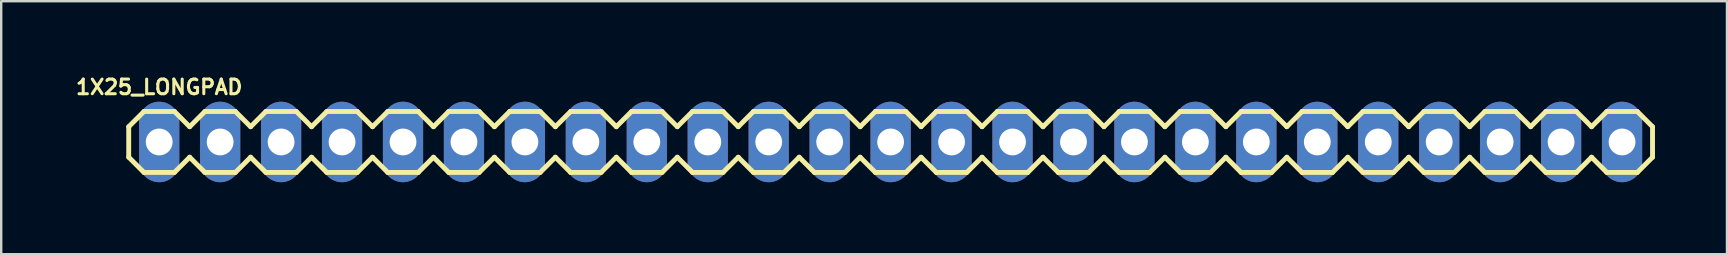
<source format=kicad_pcb>
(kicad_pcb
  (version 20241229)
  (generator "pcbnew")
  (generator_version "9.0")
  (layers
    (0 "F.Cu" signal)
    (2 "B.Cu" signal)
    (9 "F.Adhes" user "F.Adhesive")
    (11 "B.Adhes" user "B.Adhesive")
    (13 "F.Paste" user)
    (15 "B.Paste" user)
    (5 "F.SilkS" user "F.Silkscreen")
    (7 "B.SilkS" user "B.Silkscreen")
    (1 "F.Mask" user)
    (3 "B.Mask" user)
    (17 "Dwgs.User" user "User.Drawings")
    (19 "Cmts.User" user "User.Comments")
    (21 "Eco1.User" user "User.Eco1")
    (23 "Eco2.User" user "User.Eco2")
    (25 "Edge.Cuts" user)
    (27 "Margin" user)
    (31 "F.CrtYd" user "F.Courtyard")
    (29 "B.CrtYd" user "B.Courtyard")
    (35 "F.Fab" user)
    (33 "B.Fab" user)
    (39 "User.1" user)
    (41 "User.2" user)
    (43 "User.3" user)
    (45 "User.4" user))
  (footprint "1X25_LONGPAD"
    (layer "F.Cu")
    (at 3.584 2.866)
    (property "Reference" "1X25_LONGPAD" (at 0 -2.286 0) (layer "F.SilkS") (effects (font (size 0.61 0.61) (thickness 0.127))))
    (attr exclude_from_pos_files exclude_from_bom)
    (fp_line (start -1.27 -0.635) (end -1.27 0.635) (stroke (width 0.203) (type solid)) (layer "F.SilkS"))
    (fp_line (start -1.27 0.635) (end -0.635 1.27) (stroke (width 0.203) (type solid)) (layer "F.SilkS"))
    (fp_line (start -0.635 -1.27) (end -1.27 -0.635) (stroke (width 0.203) (type solid)) (layer "F.SilkS"))
    (fp_line (start -0.635 -1.27) (end 0.635 -1.27) (stroke (width 0.203) (type solid)) (layer "F.SilkS"))
    (fp_line (start 0.635 -1.27) (end 1.27 -0.635) (stroke (width 0.203) (type solid)) (layer "F.SilkS"))
    (fp_line (start 0.635 1.27) (end -0.635 1.27) (stroke (width 0.203) (type solid)) (layer "F.SilkS"))
    (fp_line (start 1.27 -0.635) (end 1.905 -1.27) (stroke (width 0.203) (type solid)) (layer "F.SilkS"))
    (fp_line (start 1.27 0.635) (end 0.635 1.27) (stroke (width 0.203) (type solid)) (layer "F.SilkS"))
    (fp_line (start 1.905 -1.27) (end 3.175 -1.27) (stroke (width 0.203) (type solid)) (layer "F.SilkS"))
    (fp_line (start 1.905 1.27) (end 1.27 0.635) (stroke (width 0.203) (type solid)) (layer "F.SilkS"))
    (fp_line (start 3.175 -1.27) (end 3.81 -0.635) (stroke (width 0.203) (type solid)) (layer "F.SilkS"))
    (fp_line (start 3.175 1.27) (end 1.905 1.27) (stroke (width 0.203) (type solid)) (layer "F.SilkS"))
    (fp_line (start 3.81 -0.635) (end 4.445 -1.27) (stroke (width 0.203) (type solid)) (layer "F.SilkS"))
    (fp_line (start 3.81 0.635) (end 3.175 1.27) (stroke (width 0.203) (type solid)) (layer "F.SilkS"))
    (fp_line (start 4.445 -1.27) (end 5.715 -1.27) (stroke (width 0.203) (type solid)) (layer "F.SilkS"))
    (fp_line (start 4.445 1.27) (end 3.81 0.635) (stroke (width 0.203) (type solid)) (layer "F.SilkS"))
    (fp_line (start 5.715 -1.27) (end 6.35 -0.635) (stroke (width 0.203) (type solid)) (layer "F.SilkS"))
    (fp_line (start 5.715 1.27) (end 4.445 1.27) (stroke (width 0.203) (type solid)) (layer "F.SilkS"))
    (fp_line (start 6.35 0.635) (end 5.715 1.27) (stroke (width 0.203) (type solid)) (layer "F.SilkS"))
    (fp_line (start 6.35 0.635) (end 6.985 1.27) (stroke (width 0.203) (type solid)) (layer "F.SilkS"))
    (fp_line (start 6.985 -1.27) (end 6.35 -0.635) (stroke (width 0.203) (type solid)) (layer "F.SilkS"))
    (fp_line (start 6.985 -1.27) (end 8.255 -1.27) (stroke (width 0.203) (type solid)) (layer "F.SilkS"))
    (fp_line (start 8.255 -1.27) (end 8.89 -0.635) (stroke (width 0.203) (type solid)) (layer "F.SilkS"))
    (fp_line (start 8.255 1.27) (end 6.985 1.27) (stroke (width 0.203) (type solid)) (layer "F.SilkS"))
    (fp_line (start 8.89 -0.635) (end 9.525 -1.27) (stroke (width 0.203) (type solid)) (layer "F.SilkS"))
    (fp_line (start 8.89 0.635) (end 8.255 1.27) (stroke (width 0.203) (type solid)) (layer "F.SilkS"))
    (fp_line (start 9.525 -1.27) (end 10.795 -1.27) (stroke (width 0.203) (type solid)) (layer "F.SilkS"))
    (fp_line (start 9.525 1.27) (end 8.89 0.635) (stroke (width 0.203) (type solid)) (layer "F.SilkS"))
    (fp_line (start 10.795 -1.27) (end 11.43 -0.635) (stroke (width 0.203) (type solid)) (layer "F.SilkS"))
    (fp_line (start 10.795 1.27) (end 9.525 1.27) (stroke (width 0.203) (type solid)) (layer "F.SilkS"))
    (fp_line (start 11.43 -0.635) (end 12.065 -1.27) (stroke (width 0.203) (type solid)) (layer "F.SilkS"))
    (fp_line (start 11.43 0.635) (end 10.795 1.27) (stroke (width 0.203) (type solid)) (layer "F.SilkS"))
    (fp_line (start 12.065 -1.27) (end 13.335 -1.27) (stroke (width 0.203) (type solid)) (layer "F.SilkS"))
    (fp_line (start 12.065 1.27) (end 11.43 0.635) (stroke (width 0.203) (type solid)) (layer "F.SilkS"))
    (fp_line (start 13.335 -1.27) (end 13.97 -0.635) (stroke (width 0.203) (type solid)) (layer "F.SilkS"))
    (fp_line (start 13.335 1.27) (end 12.065 1.27) (stroke (width 0.203) (type solid)) (layer "F.SilkS"))
    (fp_line (start 13.97 0.635) (end 13.335 1.27) (stroke (width 0.203) (type solid)) (layer "F.SilkS"))
    (fp_line (start 13.97 0.635) (end 14.605 1.27) (stroke (width 0.203) (type solid)) (layer "F.SilkS"))
    (fp_line (start 14.605 -1.27) (end 13.97 -0.635) (stroke (width 0.203) (type solid)) (layer "F.SilkS"))
    (fp_line (start 14.605 -1.27) (end 15.875 -1.27) (stroke (width 0.203) (type solid)) (layer "F.SilkS"))
    (fp_line (start 15.875 -1.27) (end 16.51 -0.635) (stroke (width 0.203) (type solid)) (layer "F.SilkS"))
    (fp_line (start 15.875 1.27) (end 14.605 1.27) (stroke (width 0.203) (type solid)) (layer "F.SilkS"))
    (fp_line (start 16.51 0.635) (end 15.875 1.27) (stroke (width 0.203) (type solid)) (layer "F.SilkS"))
    (fp_line (start 16.51 0.635) (end 17.145 1.27) (stroke (width 0.203) (type solid)) (layer "F.SilkS"))
    (fp_line (start 17.145 -1.27) (end 16.51 -0.635) (stroke (width 0.203) (type solid)) (layer "F.SilkS"))
    (fp_line (start 17.145 -1.27) (end 18.415 -1.27) (stroke (width 0.203) (type solid)) (layer "F.SilkS"))
    (fp_line (start 18.415 -1.27) (end 19.05 -0.635) (stroke (width 0.203) (type solid)) (layer "F.SilkS"))
    (fp_line (start 18.415 1.27) (end 17.145 1.27) (stroke (width 0.203) (type solid)) (layer "F.SilkS"))
    (fp_line (start 19.05 -0.635) (end 19.685 -1.27) (stroke (width 0.203) (type solid)) (layer "F.SilkS"))
    (fp_line (start 19.05 0.635) (end 18.415 1.27) (stroke (width 0.203) (type solid)) (layer "F.SilkS"))
    (fp_line (start 19.685 -1.27) (end 20.955 -1.27) (stroke (width 0.203) (type solid)) (layer "F.SilkS"))
    (fp_line (start 19.685 1.27) (end 19.05 0.635) (stroke (width 0.203) (type solid)) (layer "F.SilkS"))
    (fp_line (start 20.955 -1.27) (end 21.59 -0.635) (stroke (width 0.203) (type solid)) (layer "F.SilkS"))
    (fp_line (start 20.955 1.27) (end 19.685 1.27) (stroke (width 0.203) (type solid)) (layer "F.SilkS"))
    (fp_line (start 21.59 -0.635) (end 22.225 -1.27) (stroke (width 0.203) (type solid)) (layer "F.SilkS"))
    (fp_line (start 21.59 0.635) (end 20.955 1.27) (stroke (width 0.203) (type solid)) (layer "F.SilkS"))
    (fp_line (start 22.225 -1.27) (end 23.495 -1.27) (stroke (width 0.203) (type solid)) (layer "F.SilkS"))
    (fp_line (start 22.225 1.27) (end 21.59 0.635) (stroke (width 0.203) (type solid)) (layer "F.SilkS"))
    (fp_line (start 23.495 -1.27) (end 24.13 -0.635) (stroke (width 0.203) (type solid)) (layer "F.SilkS"))
    (fp_line (start 23.495 1.27) (end 22.225 1.27) (stroke (width 0.203) (type solid)) (layer "F.SilkS"))
    (fp_line (start 24.13 0.635) (end 23.495 1.27) (stroke (width 0.203) (type solid)) (layer "F.SilkS"))
    (fp_line (start 24.13 0.635) (end 24.765 1.27) (stroke (width 0.203) (type solid)) (layer "F.SilkS"))
    (fp_line (start 24.765 -1.27) (end 24.13 -0.635) (stroke (width 0.203) (type solid)) (layer "F.SilkS"))
    (fp_line (start 24.765 -1.27) (end 26.035 -1.27) (stroke (width 0.203) (type solid)) (layer "F.SilkS"))
    (fp_line (start 26.035 -1.27) (end 26.67 -0.635) (stroke (width 0.203) (type solid)) (layer "F.SilkS"))
    (fp_line (start 26.035 1.27) (end 24.765 1.27) (stroke (width 0.203) (type solid)) (layer "F.SilkS"))
    (fp_line (start 26.67 -0.635) (end 27.305 -1.27) (stroke (width 0.203) (type solid)) (layer "F.SilkS"))
    (fp_line (start 26.67 0.635) (end 26.035 1.27) (stroke (width 0.203) (type solid)) (layer "F.SilkS"))
    (fp_line (start 27.305 -1.27) (end 28.575 -1.27) (stroke (width 0.203) (type solid)) (layer "F.SilkS"))
    (fp_line (start 27.305 1.27) (end 26.67 0.635) (stroke (width 0.203) (type solid)) (layer "F.SilkS"))
    (fp_line (start 28.575 -1.27) (end 29.21 -0.635) (stroke (width 0.203) (type solid)) (layer "F.SilkS"))
    (fp_line (start 28.575 1.27) (end 27.305 1.27) (stroke (width 0.203) (type solid)) (layer "F.SilkS"))
    (fp_line (start 29.21 -0.635) (end 29.845 -1.27) (stroke (width 0.203) (type solid)) (layer "F.SilkS"))
    (fp_line (start 29.21 0.635) (end 28.575 1.27) (stroke (width 0.203) (type solid)) (layer "F.SilkS"))
    (fp_line (start 29.845 -1.27) (end 31.115 -1.27) (stroke (width 0.203) (type solid)) (layer "F.SilkS"))
    (fp_line (start 29.845 1.27) (end 29.21 0.635) (stroke (width 0.203) (type solid)) (layer "F.SilkS"))
    (fp_line (start 31.115 -1.27) (end 31.75 -0.635) (stroke (width 0.203) (type solid)) (layer "F.SilkS"))
    (fp_line (start 31.115 1.27) (end 29.845 1.27) (stroke (width 0.203) (type solid)) (layer "F.SilkS"))
    (fp_line (start 31.75 0.635) (end 31.115 1.27) (stroke (width 0.203) (type solid)) (layer "F.SilkS"))
    (fp_line (start 31.75 0.635) (end 32.385 1.27) (stroke (width 0.203) (type solid)) (layer "F.SilkS"))
    (fp_line (start 32.385 -1.27) (end 31.75 -0.635) (stroke (width 0.203) (type solid)) (layer "F.SilkS"))
    (fp_line (start 32.385 -1.27) (end 33.655 -1.27) (stroke (width 0.203) (type solid)) (layer "F.SilkS"))
    (fp_line (start 33.655 -1.27) (end 34.29 -0.635) (stroke (width 0.203) (type solid)) (layer "F.SilkS"))
    (fp_line (start 33.655 1.27) (end 32.385 1.27) (stroke (width 0.203) (type solid)) (layer "F.SilkS"))
    (fp_line (start 34.29 0.635) (end 33.655 1.27) (stroke (width 0.203) (type solid)) (layer "F.SilkS"))
    (fp_line (start 34.29 0.635) (end 34.925 1.27) (stroke (width 0.203) (type solid)) (layer "F.SilkS"))
    (fp_line (start 34.925 -1.27) (end 34.29 -0.635) (stroke (width 0.203) (type solid)) (layer "F.SilkS"))
    (fp_line (start 34.925 -1.27) (end 36.195 -1.27) (stroke (width 0.203) (type solid)) (layer "F.SilkS"))
    (fp_line (start 36.195 -1.27) (end 36.83 -0.635) (stroke (width 0.203) (type solid)) (layer "F.SilkS"))
    (fp_line (start 36.195 1.27) (end 34.925 1.27) (stroke (width 0.203) (type solid)) (layer "F.SilkS"))
    (fp_line (start 36.83 0.635) (end 36.195 1.27) (stroke (width 0.203) (type solid)) (layer "F.SilkS"))
    (fp_line (start 36.83 0.635) (end 37.465 1.27) (stroke (width 0.203) (type solid)) (layer "F.SilkS"))
    (fp_line (start 37.465 -1.27) (end 36.83 -0.635) (stroke (width 0.203) (type solid)) (layer "F.SilkS"))
    (fp_line (start 37.465 -1.27) (end 38.735 -1.27) (stroke (width 0.203) (type solid)) (layer "F.SilkS"))
    (fp_line (start 38.735 -1.27) (end 39.37 -0.635) (stroke (width 0.203) (type solid)) (layer "F.SilkS"))
    (fp_line (start 38.735 1.27) (end 37.465 1.27) (stroke (width 0.203) (type solid)) (layer "F.SilkS"))
    (fp_line (start 39.37 0.635) (end 38.735 1.27) (stroke (width 0.203) (type solid)) (layer "F.SilkS"))
    (fp_line (start 39.37 0.635) (end 40.005 1.27) (stroke (width 0.203) (type solid)) (layer "F.SilkS"))
    (fp_line (start 40.005 -1.27) (end 39.37 -0.635) (stroke (width 0.203) (type solid)) (layer "F.SilkS"))
    (fp_line (start 40.005 -1.27) (end 41.275 -1.27) (stroke (width 0.203) (type solid)) (layer "F.SilkS"))
    (fp_line (start 41.275 -1.27) (end 41.91 -0.635) (stroke (width 0.203) (type solid)) (layer "F.SilkS"))
    (fp_line (start 41.275 1.27) (end 40.005 1.27) (stroke (width 0.203) (type solid)) (layer "F.SilkS"))
    (fp_line (start 41.91 0.635) (end 41.275 1.27) (stroke (width 0.203) (type solid)) (layer "F.SilkS"))
    (fp_line (start 41.91 0.635) (end 42.545 1.27) (stroke (width 0.203) (type solid)) (layer "F.SilkS"))
    (fp_line (start 42.545 -1.27) (end 41.91 -0.635) (stroke (width 0.203) (type solid)) (layer "F.SilkS"))
    (fp_line (start 42.545 -1.27) (end 43.815 -1.27) (stroke (width 0.203) (type solid)) (layer "F.SilkS"))
    (fp_line (start 43.815 -1.27) (end 44.45 -0.635) (stroke (width 0.203) (type solid)) (layer "F.SilkS"))
    (fp_line (start 43.815 1.27) (end 42.545 1.27) (stroke (width 0.203) (type solid)) (layer "F.SilkS"))
    (fp_line (start 44.45 0.635) (end 43.815 1.27) (stroke (width 0.203) (type solid)) (layer "F.SilkS"))
    (fp_line (start 44.45 0.635) (end 45.085 1.27) (stroke (width 0.203) (type solid)) (layer "F.SilkS"))
    (fp_line (start 45.085 -1.27) (end 44.45 -0.635) (stroke (width 0.203) (type solid)) (layer "F.SilkS"))
    (fp_line (start 45.085 -1.27) (end 46.355 -1.27) (stroke (width 0.203) (type solid)) (layer "F.SilkS"))
    (fp_line (start 46.355 -1.27) (end 46.99 -0.635) (stroke (width 0.203) (type solid)) (layer "F.SilkS"))
    (fp_line (start 46.355 1.27) (end 45.085 1.27) (stroke (width 0.203) (type solid)) (layer "F.SilkS"))
    (fp_line (start 46.99 0.635) (end 46.355 1.27) (stroke (width 0.203) (type solid)) (layer "F.SilkS"))
    (fp_line (start 46.99 0.635) (end 47.625 1.27) (stroke (width 0.203) (type solid)) (layer "F.SilkS"))
    (fp_line (start 47.625 -1.27) (end 46.99 -0.635) (stroke (width 0.203) (type solid)) (layer "F.SilkS"))
    (fp_line (start 47.625 -1.27) (end 48.895 -1.27) (stroke (width 0.203) (type solid)) (layer "F.SilkS"))
    (fp_line (start 48.895 -1.27) (end 49.53 -0.635) (stroke (width 0.203) (type solid)) (layer "F.SilkS"))
    (fp_line (start 48.895 1.27) (end 47.625 1.27) (stroke (width 0.203) (type solid)) (layer "F.SilkS"))
    (fp_line (start 49.53 0.635) (end 48.895 1.27) (stroke (width 0.203) (type solid)) (layer "F.SilkS"))
    (fp_line (start 49.53 0.635) (end 50.165 1.27) (stroke (width 0.203) (type solid)) (layer "F.SilkS"))
    (fp_line (start 50.165 -1.27) (end 49.53 -0.635) (stroke (width 0.203) (type solid)) (layer "F.SilkS"))
    (fp_line (start 50.165 -1.27) (end 51.435 -1.27) (stroke (width 0.203) (type solid)) (layer "F.SilkS"))
    (fp_line (start 51.435 -1.27) (end 52.07 -0.635) (stroke (width 0.203) (type solid)) (layer "F.SilkS"))
    (fp_line (start 51.435 1.27) (end 50.165 1.27) (stroke (width 0.203) (type solid)) (layer "F.SilkS"))
    (fp_line (start 52.07 0.635) (end 51.435 1.27) (stroke (width 0.203) (type solid)) (layer "F.SilkS"))
    (fp_line (start 52.07 0.635) (end 52.705 1.27) (stroke (width 0.203) (type solid)) (layer "F.SilkS"))
    (fp_line (start 52.705 -1.27) (end 52.07 -0.635) (stroke (width 0.203) (type solid)) (layer "F.SilkS"))
    (fp_line (start 52.705 -1.27) (end 53.975 -1.27) (stroke (width 0.203) (type solid)) (layer "F.SilkS"))
    (fp_line (start 53.975 -1.27) (end 54.61 -0.635) (stroke (width 0.203) (type solid)) (layer "F.SilkS"))
    (fp_line (start 53.975 1.27) (end 52.705 1.27) (stroke (width 0.203) (type solid)) (layer "F.SilkS"))
    (fp_line (start 54.61 0.635) (end 53.975 1.27) (stroke (width 0.203) (type solid)) (layer "F.SilkS"))
    (fp_line (start 54.61 0.635) (end 55.245 1.27) (stroke (width 0.203) (type solid)) (layer "F.SilkS"))
    (fp_line (start 55.245 -1.27) (end 54.61 -0.635) (stroke (width 0.203) (type solid)) (layer "F.SilkS"))
    (fp_line (start 55.245 -1.27) (end 56.515 -1.27) (stroke (width 0.203) (type solid)) (layer "F.SilkS"))
    (fp_line (start 56.515 -1.27) (end 57.15 -0.635) (stroke (width 0.203) (type solid)) (layer "F.SilkS"))
    (fp_line (start 56.515 1.27) (end 55.245 1.27) (stroke (width 0.203) (type solid)) (layer "F.SilkS"))
    (fp_line (start 57.15 0.635) (end 56.515 1.27) (stroke (width 0.203) (type solid)) (layer "F.SilkS"))
    (fp_line (start 57.15 0.635) (end 57.785 1.27) (stroke (width 0.203) (type solid)) (layer "F.SilkS"))
    (fp_line (start 57.785 -1.27) (end 57.15 -0.635) (stroke (width 0.203) (type solid)) (layer "F.SilkS"))
    (fp_line (start 57.785 -1.27) (end 59.055 -1.27) (stroke (width 0.203) (type solid)) (layer "F.SilkS"))
    (fp_line (start 59.055 -1.27) (end 59.69 -0.635) (stroke (width 0.203) (type solid)) (layer "F.SilkS"))
    (fp_line (start 59.055 1.27) (end 57.785 1.27) (stroke (width 0.203) (type solid)) (layer "F.SilkS"))
    (fp_line (start 59.69 0.635) (end 59.055 1.27) (stroke (width 0.203) (type solid)) (layer "F.SilkS"))
    (fp_line (start 59.69 0.635) (end 60.325 1.27) (stroke (width 0.203) (type solid)) (layer "F.SilkS"))
    (fp_line (start 60.325 -1.27) (end 59.69 -0.635) (stroke (width 0.203) (type solid)) (layer "F.SilkS"))
    (fp_line (start 60.325 -1.27) (end 61.595 -1.27) (stroke (width 0.203) (type solid)) (layer "F.SilkS"))
    (fp_line (start 61.595 -1.27) (end 62.23 -0.635) (stroke (width 0.203) (type solid)) (layer "F.SilkS"))
    (fp_line (start 61.595 1.27) (end 60.325 1.27) (stroke (width 0.203) (type solid)) (layer "F.SilkS"))
    (fp_line (start 62.23 -0.635) (end 62.23 0.635) (stroke (width 0.203) (type solid)) (layer "F.SilkS"))
    (fp_line (start 62.23 0.635) (end 61.595 1.27) (stroke (width 0.203) (type solid)) (layer "F.SilkS"))
    (pad "1" thru_hole oval (at 0 0 180) (size 1.676 3.353) (drill 1.118) (layers "*.Cu" "*.Mask"))
    (pad "2" thru_hole oval (at 2.54 0 180) (size 1.676 3.353) (drill 1.118) (layers "*.Cu" "*.Mask"))
    (pad "3" thru_hole oval (at 5.08 0 180) (size 1.676 3.353) (drill 1.118) (layers "*.Cu" "*.Mask"))
    (pad "4" thru_hole oval (at 7.62 0 180) (size 1.676 3.353) (drill 1.118) (layers "*.Cu" "*.Mask"))
    (pad "5" thru_hole oval (at 10.16 0 180) (size 1.676 3.353) (drill 1.118) (layers "*.Cu" "*.Mask"))
    (pad "6" thru_hole oval (at 12.7 0 180) (size 1.676 3.353) (drill 1.118) (layers "*.Cu" "*.Mask"))
    (pad "7" thru_hole oval (at 15.24 0 180) (size 1.676 3.353) (drill 1.118) (layers "*.Cu" "*.Mask"))
    (pad "8" thru_hole oval (at 17.78 0 180) (size 1.676 3.353) (drill 1.118) (layers "*.Cu" "*.Mask"))
    (pad "9" thru_hole oval (at 20.32 0 180) (size 1.676 3.353) (drill 1.118) (layers "*.Cu" "*.Mask"))
    (pad "10" thru_hole oval (at 22.86 0 180) (size 1.676 3.353) (drill 1.118) (layers "*.Cu" "*.Mask"))
    (pad "11" thru_hole oval (at 25.4 0 180) (size 1.676 3.353) (drill 1.118) (layers "*.Cu" "*.Mask"))
    (pad "12" thru_hole oval (at 27.94 0 180) (size 1.676 3.353) (drill 1.118) (layers "*.Cu" "*.Mask"))
    (pad "13" thru_hole oval (at 30.48 0 180) (size 1.676 3.353) (drill 1.118) (layers "*.Cu" "*.Mask"))
    (pad "14" thru_hole oval (at 33.02 0 180) (size 1.676 3.353) (drill 1.118) (layers "*.Cu" "*.Mask"))
    (pad "15" thru_hole oval (at 35.56 0 180) (size 1.676 3.353) (drill 1.118) (layers "*.Cu" "*.Mask"))
    (pad "16" thru_hole oval (at 38.1 0 180) (size 1.676 3.353) (drill 1.118) (layers "*.Cu" "*.Mask"))
    (pad "17" thru_hole oval (at 40.64 0 180) (size 1.676 3.353) (drill 1.118) (layers "*.Cu" "*.Mask"))
    (pad "18" thru_hole oval (at 43.18 0 180) (size 1.676 3.353) (drill 1.118) (layers "*.Cu" "*.Mask"))
    (pad "19" thru_hole oval (at 45.72 0 180) (size 1.676 3.353) (drill 1.118) (layers "*.Cu" "*.Mask"))
    (pad "20" thru_hole oval (at 48.26 0 180) (size 1.676 3.353) (drill 1.118) (layers "*.Cu" "*.Mask"))
    (pad "21" thru_hole oval (at 50.8 0 180) (size 1.676 3.353) (drill 1.118) (layers "*.Cu" "*.Mask"))
    (pad "22" thru_hole oval (at 53.34 0 180) (size 1.676 3.353) (drill 1.118) (layers "*.Cu" "*.Mask"))
    (pad "23" thru_hole oval (at 55.88 0 180) (size 1.676 3.353) (drill 1.118) (layers "*.Cu" "*.Mask"))
    (pad "24" thru_hole oval (at 58.42 0 180) (size 1.676 3.353) (drill 1.118) (layers "*.Cu" "*.Mask"))
    (pad "25" thru_hole oval (at 60.96 0 180) (size 1.676 3.353) (drill 1.118) (layers "*.Cu" "*.Mask")))
  (gr_rect
    (start -3 -3)
    (end 68.916 7.542)
    (stroke (width 0.1) (type default))
    (fill no)
    (layer "Edge.Cuts")))
</source>
